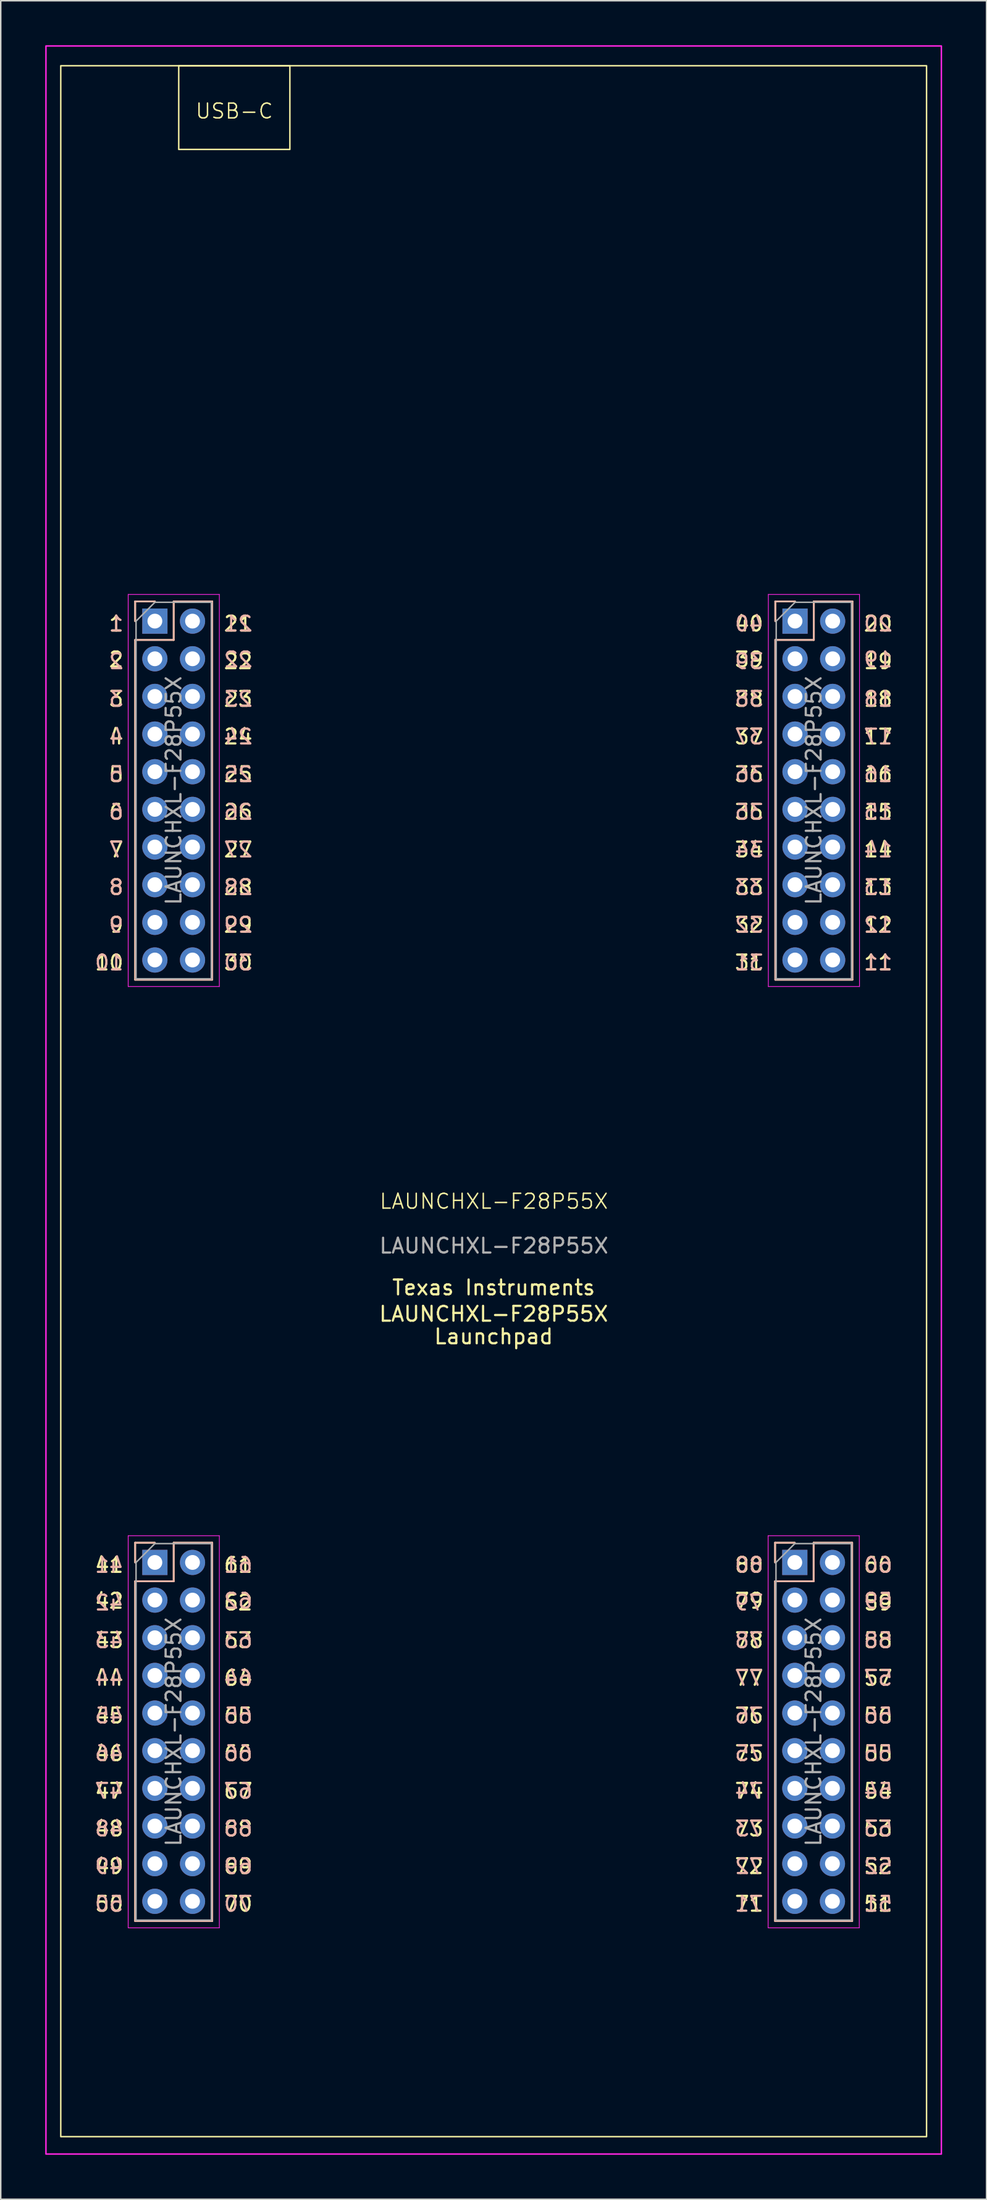
<source format=kicad_pcb>
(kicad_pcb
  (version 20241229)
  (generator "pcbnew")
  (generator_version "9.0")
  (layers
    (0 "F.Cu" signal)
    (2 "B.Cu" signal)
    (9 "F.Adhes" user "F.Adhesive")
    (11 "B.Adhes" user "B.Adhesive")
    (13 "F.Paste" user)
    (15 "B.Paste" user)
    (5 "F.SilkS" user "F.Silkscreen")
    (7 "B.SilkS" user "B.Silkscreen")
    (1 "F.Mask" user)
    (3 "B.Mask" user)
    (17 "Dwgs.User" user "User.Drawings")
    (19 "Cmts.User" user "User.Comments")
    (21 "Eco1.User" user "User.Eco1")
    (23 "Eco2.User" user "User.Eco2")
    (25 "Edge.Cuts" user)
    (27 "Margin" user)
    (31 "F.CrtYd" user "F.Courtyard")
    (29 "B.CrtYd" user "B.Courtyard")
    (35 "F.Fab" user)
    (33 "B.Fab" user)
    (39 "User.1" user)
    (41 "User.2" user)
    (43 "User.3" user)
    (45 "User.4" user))
  (footprint "LAUNCHXL-F28P55X"
    (layer "F.Cu")
    (at 30.26 82.03)
    (property "Reference" "LAUNCHXL-F28P55X" (at 0.015 -4.04 0) (unlocked yes) (layer "F.SilkS") (effects (font (size 1 1) (thickness 0.1))))
    (attr through_hole)
    (fp_line (start -24.19 -44.51) (end -22.86 -44.51) (stroke (width 0.12) (type solid)) (layer "F.SilkS"))
    (fp_line (start -24.19 -43.18) (end -24.19 -44.51) (stroke (width 0.12) (type solid)) (layer "F.SilkS"))
    (fp_line (start -24.19 -41.91) (end -24.19 -18.99) (stroke (width 0.12) (type solid)) (layer "F.SilkS"))
    (fp_line (start -24.19 -41.91) (end -21.59 -41.91) (stroke (width 0.12) (type solid)) (layer "F.SilkS"))
    (fp_line (start -24.19 -18.99) (end -18.99 -18.99) (stroke (width 0.12) (type solid)) (layer "F.SilkS"))
    (fp_line (start -24.19 18.99) (end -22.86 18.99) (stroke (width 0.12) (type solid)) (layer "F.SilkS"))
    (fp_line (start -24.19 20.32) (end -24.19 18.99) (stroke (width 0.12) (type solid)) (layer "F.SilkS"))
    (fp_line (start -24.19 21.59) (end -24.19 44.51) (stroke (width 0.12) (type solid)) (layer "F.SilkS"))
    (fp_line (start -24.19 21.59) (end -21.59 21.59) (stroke (width 0.12) (type solid)) (layer "F.SilkS"))
    (fp_line (start -24.19 44.51) (end -18.99 44.51) (stroke (width 0.12) (type solid)) (layer "F.SilkS"))
    (fp_line (start -21.59 -44.51) (end -18.99 -44.51) (stroke (width 0.12) (type solid)) (layer "F.SilkS"))
    (fp_line (start -21.59 -41.91) (end -21.59 -44.51) (stroke (width 0.12) (type solid)) (layer "F.SilkS"))
    (fp_line (start -21.59 18.99) (end -18.99 18.99) (stroke (width 0.12) (type solid)) (layer "F.SilkS"))
    (fp_line (start -21.59 21.59) (end -21.59 18.99) (stroke (width 0.12) (type solid)) (layer "F.SilkS"))
    (fp_line (start -18.99 -44.51) (end -18.99 -18.99) (stroke (width 0.12) (type solid)) (layer "F.SilkS"))
    (fp_line (start -18.99 18.99) (end -18.99 44.51) (stroke (width 0.12) (type solid)) (layer "F.SilkS"))
    (fp_line (start 18.99 18.99) (end 20.32 18.99) (stroke (width 0.12) (type solid)) (layer "F.SilkS"))
    (fp_line (start 18.99 20.32) (end 18.99 18.99) (stroke (width 0.12) (type solid)) (layer "F.SilkS"))
    (fp_line (start 18.99 21.59) (end 18.99 44.51) (stroke (width 0.12) (type solid)) (layer "F.SilkS"))
    (fp_line (start 18.99 21.59) (end 21.59 21.59) (stroke (width 0.12) (type solid)) (layer "F.SilkS"))
    (fp_line (start 18.99 44.51) (end 24.19 44.51) (stroke (width 0.12) (type solid)) (layer "F.SilkS"))
    (fp_line (start 19.005 -44.51) (end 20.335 -44.51) (stroke (width 0.12) (type solid)) (layer "F.SilkS"))
    (fp_line (start 19.005 -43.18) (end 19.005 -44.51) (stroke (width 0.12) (type solid)) (layer "F.SilkS"))
    (fp_line (start 19.005 -41.91) (end 19.005 -18.99) (stroke (width 0.12) (type solid)) (layer "F.SilkS"))
    (fp_line (start 19.005 -41.91) (end 21.605 -41.91) (stroke (width 0.12) (type solid)) (layer "F.SilkS"))
    (fp_line (start 19.005 -18.99) (end 24.205 -18.99) (stroke (width 0.12) (type solid)) (layer "F.SilkS"))
    (fp_line (start 21.59 18.99) (end 24.19 18.99) (stroke (width 0.12) (type solid)) (layer "F.SilkS"))
    (fp_line (start 21.59 21.59) (end 21.59 18.99) (stroke (width 0.12) (type solid)) (layer "F.SilkS"))
    (fp_line (start 21.605 -44.51) (end 24.205 -44.51) (stroke (width 0.12) (type solid)) (layer "F.SilkS"))
    (fp_line (start 21.605 -41.91) (end 21.605 -44.51) (stroke (width 0.12) (type solid)) (layer "F.SilkS"))
    (fp_line (start 24.19 18.99) (end 24.19 44.51) (stroke (width 0.12) (type solid)) (layer "F.SilkS"))
    (fp_line (start 24.205 -44.51) (end 24.205 -18.99) (stroke (width 0.12) (type solid)) (layer "F.SilkS"))
    (fp_rect (start -29.21 59.055) (end 29.21 -80.645) (stroke (width 0.1) (type solid)) (fill no) (layer "F.SilkS"))
    (fp_rect (start -21.25 -80.645) (end -13.75 -75) (stroke (width 0.1) (type solid)) (fill no) (layer "F.SilkS"))
    (fp_line (start -24.19 -44.51) (end -24.19 -43.18) (stroke (width 0.12) (type solid)) (layer "B.SilkS"))
    (fp_line (start -24.19 -18.99) (end -24.19 -41.91) (stroke (width 0.12) (type solid)) (layer "B.SilkS"))
    (fp_line (start -24.19 18.99) (end -24.19 20.32) (stroke (width 0.12) (type solid)) (layer "B.SilkS"))
    (fp_line (start -24.19 44.51) (end -24.19 21.59) (stroke (width 0.12) (type solid)) (layer "B.SilkS"))
    (fp_line (start -22.86 -44.51) (end -24.19 -44.51) (stroke (width 0.12) (type solid)) (layer "B.SilkS"))
    (fp_line (start -22.86 18.99) (end -24.19 18.99) (stroke (width 0.12) (type solid)) (layer "B.SilkS"))
    (fp_line (start -21.59 -44.51) (end -21.59 -41.91) (stroke (width 0.12) (type solid)) (layer "B.SilkS"))
    (fp_line (start -21.59 -41.91) (end -24.19 -41.91) (stroke (width 0.12) (type solid)) (layer "B.SilkS"))
    (fp_line (start -21.59 18.99) (end -21.59 21.59) (stroke (width 0.12) (type solid)) (layer "B.SilkS"))
    (fp_line (start -21.59 21.59) (end -24.19 21.59) (stroke (width 0.12) (type solid)) (layer "B.SilkS"))
    (fp_line (start -18.99 -44.51) (end -21.59 -44.51) (stroke (width 0.12) (type solid)) (layer "B.SilkS"))
    (fp_line (start -18.99 -18.99) (end -24.19 -18.99) (stroke (width 0.12) (type solid)) (layer "B.SilkS"))
    (fp_line (start -18.99 -18.99) (end -18.99 -44.51) (stroke (width 0.12) (type solid)) (layer "B.SilkS"))
    (fp_line (start -18.99 18.99) (end -21.59 18.99) (stroke (width 0.12) (type solid)) (layer "B.SilkS"))
    (fp_line (start -18.99 44.51) (end -24.19 44.51) (stroke (width 0.12) (type solid)) (layer "B.SilkS"))
    (fp_line (start -18.99 44.51) (end -18.99 18.99) (stroke (width 0.12) (type solid)) (layer "B.SilkS"))
    (fp_line (start 18.99 18.99) (end 18.99 20.32) (stroke (width 0.12) (type solid)) (layer "B.SilkS"))
    (fp_line (start 18.99 44.51) (end 18.99 21.59) (stroke (width 0.12) (type solid)) (layer "B.SilkS"))
    (fp_line (start 19.005 -44.51) (end 19.005 -43.18) (stroke (width 0.12) (type solid)) (layer "B.SilkS"))
    (fp_line (start 19.005 -18.99) (end 19.005 -41.91) (stroke (width 0.12) (type solid)) (layer "B.SilkS"))
    (fp_line (start 20.32 18.99) (end 18.99 18.99) (stroke (width 0.12) (type solid)) (layer "B.SilkS"))
    (fp_line (start 20.335 -44.51) (end 19.005 -44.51) (stroke (width 0.12) (type solid)) (layer "B.SilkS"))
    (fp_line (start 21.59 18.99) (end 21.59 21.59) (stroke (width 0.12) (type solid)) (layer "B.SilkS"))
    (fp_line (start 21.59 21.59) (end 18.99 21.59) (stroke (width 0.12) (type solid)) (layer "B.SilkS"))
    (fp_line (start 21.605 -44.51) (end 21.605 -41.91) (stroke (width 0.12) (type solid)) (layer "B.SilkS"))
    (fp_line (start 21.605 -41.91) (end 19.005 -41.91) (stroke (width 0.12) (type solid)) (layer "B.SilkS"))
    (fp_line (start 24.19 18.99) (end 21.59 18.99) (stroke (width 0.12) (type solid)) (layer "B.SilkS"))
    (fp_line (start 24.19 44.51) (end 18.99 44.51) (stroke (width 0.12) (type solid)) (layer "B.SilkS"))
    (fp_line (start 24.19 44.51) (end 24.19 18.99) (stroke (width 0.12) (type solid)) (layer "B.SilkS"))
    (fp_line (start 24.205 -44.51) (end 21.605 -44.51) (stroke (width 0.12) (type solid)) (layer "B.SilkS"))
    (fp_line (start 24.205 -18.99) (end 19.005 -18.99) (stroke (width 0.12) (type solid)) (layer "B.SilkS"))
    (fp_line (start 24.205 -18.99) (end 24.205 -44.51) (stroke (width 0.12) (type solid)) (layer "B.SilkS"))
    (fp_line (start -24.66 -44.98) (end -24.66 -18.53) (stroke (width 0.05) (type solid)) (layer "F.CrtYd"))
    (fp_line (start -24.66 -18.53) (end -18.51 -18.53) (stroke (width 0.05) (type solid)) (layer "F.CrtYd"))
    (fp_line (start -24.66 18.52) (end -24.66 44.97) (stroke (width 0.05) (type solid)) (layer "F.CrtYd"))
    (fp_line (start -24.66 44.97) (end -18.51 44.97) (stroke (width 0.05) (type solid)) (layer "F.CrtYd"))
    (fp_line (start -18.51 -44.98) (end -24.66 -44.98) (stroke (width 0.05) (type solid)) (layer "F.CrtYd"))
    (fp_line (start -18.51 -18.53) (end -18.51 -44.98) (stroke (width 0.05) (type solid)) (layer "F.CrtYd"))
    (fp_line (start -18.51 18.52) (end -24.66 18.52) (stroke (width 0.05) (type solid)) (layer "F.CrtYd"))
    (fp_line (start -18.51 44.97) (end -18.51 18.52) (stroke (width 0.05) (type solid)) (layer "F.CrtYd"))
    (fp_line (start 18.52 18.52) (end 18.52 44.97) (stroke (width 0.05) (type solid)) (layer "F.CrtYd"))
    (fp_line (start 18.52 44.97) (end 24.67 44.97) (stroke (width 0.05) (type solid)) (layer "F.CrtYd"))
    (fp_line (start 18.535 -44.98) (end 18.535 -18.53) (stroke (width 0.05) (type solid)) (layer "F.CrtYd"))
    (fp_line (start 18.535 -18.53) (end 24.685 -18.53) (stroke (width 0.05) (type solid)) (layer "F.CrtYd"))
    (fp_line (start 24.67 18.52) (end 18.52 18.52) (stroke (width 0.05) (type solid)) (layer "F.CrtYd"))
    (fp_line (start 24.67 44.97) (end 24.67 18.52) (stroke (width 0.05) (type solid)) (layer "F.CrtYd"))
    (fp_line (start 24.685 -44.98) (end 18.535 -44.98) (stroke (width 0.05) (type solid)) (layer "F.CrtYd"))
    (fp_line (start 24.685 -18.53) (end 24.685 -44.98) (stroke (width 0.05) (type solid)) (layer "F.CrtYd"))
    (fp_rect (start -30.21 60.23) (end 30.21 -81.98) (stroke (width 0.1) (type solid)) (fill no) (layer "F.CrtYd"))
    (fp_line (start -24.13 -43.18) (end -22.86 -44.45) (stroke (width 0.1) (type solid)) (layer "F.Fab"))
    (fp_line (start -24.13 -19.05) (end -24.13 -43.18) (stroke (width 0.1) (type solid)) (layer "F.Fab"))
    (fp_line (start -24.13 20.32) (end -22.86 19.05) (stroke (width 0.1) (type solid)) (layer "F.Fab"))
    (fp_line (start -24.13 44.45) (end -24.13 20.32) (stroke (width 0.1) (type solid)) (layer "F.Fab"))
    (fp_line (start -22.86 -44.45) (end -19.05 -44.45) (stroke (width 0.1) (type solid)) (layer "F.Fab"))
    (fp_line (start -22.86 19.05) (end -19.05 19.05) (stroke (width 0.1) (type solid)) (layer "F.Fab"))
    (fp_line (start -19.05 -44.45) (end -19.05 -19.05) (stroke (width 0.1) (type solid)) (layer "F.Fab"))
    (fp_line (start -19.05 -19.05) (end -24.13 -19.05) (stroke (width 0.1) (type solid)) (layer "F.Fab"))
    (fp_line (start -19.05 19.05) (end -19.05 44.45) (stroke (width 0.1) (type solid)) (layer "F.Fab"))
    (fp_line (start -19.05 44.45) (end -24.13 44.45) (stroke (width 0.1) (type solid)) (layer "F.Fab"))
    (fp_line (start 19.05 20.32) (end 20.32 19.05) (stroke (width 0.1) (type solid)) (layer "F.Fab"))
    (fp_line (start 19.05 44.45) (end 19.05 20.32) (stroke (width 0.1) (type solid)) (layer "F.Fab"))
    (fp_line (start 19.065 -43.18) (end 20.335 -44.45) (stroke (width 0.1) (type solid)) (layer "F.Fab"))
    (fp_line (start 19.065 -19.05) (end 19.065 -43.18) (stroke (width 0.1) (type solid)) (layer "F.Fab"))
    (fp_line (start 20.32 19.05) (end 24.13 19.05) (stroke (width 0.1) (type solid)) (layer "F.Fab"))
    (fp_line (start 20.335 -44.45) (end 24.145 -44.45) (stroke (width 0.1) (type solid)) (layer "F.Fab"))
    (fp_line (start 24.13 19.05) (end 24.13 44.45) (stroke (width 0.1) (type solid)) (layer "F.Fab"))
    (fp_line (start 24.13 44.45) (end 19.05 44.45) (stroke (width 0.1) (type solid)) (layer "F.Fab"))
    (fp_line (start 24.145 -44.45) (end 24.145 -19.05) (stroke (width 0.1) (type solid)) (layer "F.Fab"))
    (fp_line (start 24.145 -19.05) (end 19.065 -19.05) (stroke (width 0.1) (type solid)) (layer "F.Fab"))
    (fp_text user "47" (at -24.892 36.322 0) (unlocked yes) (layer "F.SilkS") (effects (font (size 1 1) (thickness 0.15)) (justify right bottom)))
    (fp_text user "Texas Instruments" (at 0 1.778 0) (unlocked yes) (layer "F.SilkS") (effects (font (size 1 1) (thickness 0.15))))
    (fp_text user "LAUNCHXL-F28P55X" (at 0 3.556 0) (unlocked yes) (layer "F.SilkS") (effects (font (size 1 1) (thickness 0.15))))
    (fp_text user "39" (at 18.288 -40 0) (unlocked yes) (layer "F.SilkS") (effects (font (size 1 1) (thickness 0.15)) (justify right bottom)))
    (fp_text user "63" (at -18.288 26.162 0) (unlocked yes) (layer "F.SilkS") (effects (font (size 1 1) (thickness 0.15)) (justify left bottom)))
    (fp_text user "21" (at -18.288 -42.418 0) (unlocked yes) (layer "F.SilkS") (effects (font (size 1 1) (thickness 0.15)) (justify left bottom)))
    (fp_text user "2" (at -24.892 -40 0) (unlocked yes) (layer "F.SilkS") (effects (font (size 1 1) (thickness 0.15)) (justify right bottom)))
    (fp_text user "62" (at -18.288 23.622 0) (unlocked yes) (layer "F.SilkS") (effects (font (size 1 1) (thickness 0.15)) (justify left bottom)))
    (fp_text user "42" (at -24.892 23.5 0) (unlocked yes) (layer "F.SilkS") (effects (font (size 1 1) (thickness 0.15)) (justify right bottom)))
    (fp_text user "54" (at 24.892 36.322 0) (unlocked yes) (layer "F.SilkS") (effects (font (size 1 1) (thickness 0.15)) (justify left bottom)))
    (fp_text user "36" (at 18.288 -32.258 0) (unlocked yes) (layer "F.SilkS") (effects (font (size 1 1) (thickness 0.15)) (justify right bottom)))
    (fp_text user "40" (at 18.288 -42.418 0) (unlocked yes) (layer "F.SilkS") (effects (font (size 1 1) (thickness 0.15)) (justify right bottom)))
    (fp_text user "51" (at 24.892 43.942 0) (unlocked yes) (layer "F.SilkS") (effects (font (size 1 1) (thickness 0.15)) (justify left bottom)))
    (fp_text user "70" (at -18.288 43.942 0) (unlocked yes) (layer "F.SilkS") (effects (font (size 1 1) (thickness 0.15)) (justify left bottom)))
    (fp_text user "78" (at 18.288 26.162 0) (unlocked yes) (layer "F.SilkS") (effects (font (size 1 1) (thickness 0.15)) (justify right bottom)))
    (fp_text user "7" (at -24.892 -27.178 0) (unlocked yes) (layer "F.SilkS") (effects (font (size 1 1) (thickness 0.15)) (justify right bottom)))
    (fp_text user "10" (at -24.892 -19.558 0) (unlocked yes) (layer "F.SilkS") (effects (font (size 1 1) (thickness 0.15)) (justify right bottom)))
    (fp_text user "12" (at 24.892 -22.098 0) (unlocked yes) (layer "F.SilkS") (effects (font (size 1 1) (thickness 0.15)) (justify left bottom)))
    (fp_text user "61" (at -18.288 21.082 0) (unlocked yes) (layer "F.SilkS") (effects (font (size 1 1) (thickness 0.15)) (justify left bottom)))
    (fp_text user "53" (at 24.892 38.862 0) (unlocked yes) (layer "F.SilkS") (effects (font (size 1 1) (thickness 0.15)) (justify left bottom)))
    (fp_text user "31" (at 18.288 -19.558 0) (unlocked yes) (layer "F.SilkS") (effects (font (size 1 1) (thickness 0.15)) (justify right bottom)))
    (fp_text user "45" (at -24.892 31.242 0) (unlocked yes) (layer "F.SilkS") (effects (font (size 1 1) (thickness 0.15)) (justify right bottom)))
    (fp_text user "16" (at 24.892 -32.258 0) (unlocked yes) (layer "F.SilkS") (effects (font (size 1 1) (thickness 0.15)) (justify left bottom)))
    (fp_text user "18" (at 24.892 -37.338 0) (unlocked yes) (layer "F.SilkS") (effects (font (size 1 1) (thickness 0.15)) (justify left bottom)))
    (fp_text user "75" (at 18.288 33.782 0) (unlocked yes) (layer "F.SilkS") (effects (font (size 1 1) (thickness 0.15)) (justify right bottom)))
    (fp_text user "77" (at 18.288 28.702 0) (unlocked yes) (layer "F.SilkS") (effects (font (size 1 1) (thickness 0.15)) (justify right bottom)))
    (fp_text user "17" (at 24.892 -34.798 0) (unlocked yes) (layer "F.SilkS") (effects (font (size 1 1) (thickness 0.15)) (justify left bottom)))
    (fp_text user "30" (at -18.288 -19.558 0) (unlocked yes) (layer "F.SilkS") (effects (font (size 1 1) (thickness 0.15)) (justify left bottom)))
    (fp_text user "65" (at -18.288 31.242 0) (unlocked yes) (layer "F.SilkS") (effects (font (size 1 1) (thickness 0.15)) (justify left bottom)))
    (fp_text user "25" (at -18.288 -32.258 0) (unlocked yes) (layer "F.SilkS") (effects (font (size 1 1) (thickness 0.15)) (justify left bottom)))
    (fp_text user "6" (at -24.892 -29.718 0) (unlocked yes) (layer "F.SilkS") (effects (font (size 1 1) (thickness 0.15)) (justify right bottom)))
    (fp_text user "48" (at -24.892 38.862 0) (unlocked yes) (layer "F.SilkS") (effects (font (size 1 1) (thickness 0.15)) (justify right bottom)))
    (fp_text user "58" (at 24.892 26.162 0) (unlocked yes) (layer "F.SilkS") (effects (font (size 1 1) (thickness 0.15)) (justify left bottom)))
    (fp_text user "27" (at -18.288 -27.178 0) (unlocked yes) (layer "F.SilkS") (effects (font (size 1 1) (thickness 0.15)) (justify left bottom)))
    (fp_text user "56" (at 24.892 31.242 0) (unlocked yes) (layer "F.SilkS") (effects (font (size 1 1) (thickness 0.15)) (justify left bottom)))
    (fp_text user "15" (at 24.892 -29.718 0) (unlocked yes) (layer "F.SilkS") (effects (font (size 1 1) (thickness 0.15)) (justify left bottom)))
    (fp_text user "29" (at -18.288 -22.098 0) (unlocked yes) (layer "F.SilkS") (effects (font (size 1 1) (thickness 0.15)) (justify left bottom)))
    (fp_text user "52" (at 24.892 41.402 0) (unlocked yes) (layer "F.SilkS") (effects (font (size 1 1) (thickness 0.15)) (justify left bottom)))
    (fp_text user "67" (at -18.288 36.322 0) (unlocked yes) (layer "F.SilkS") (effects (font (size 1 1) (thickness 0.15)) (justify left bottom)))
    (fp_text user "76" (at 18.288 31.242 0) (unlocked yes) (layer "F.SilkS") (effects (font (size 1 1) (thickness 0.15)) (justify right bottom)))
    (fp_text user "20" (at 24.892 -42.418 0) (unlocked yes) (layer "F.SilkS") (effects (font (size 1 1) (thickness 0.15)) (justify left bottom)))
    (fp_text user "37" (at 18.288 -34.798 0) (unlocked yes) (layer "F.SilkS") (effects (font (size 1 1) (thickness 0.15)) (justify right bottom)))
    (fp_text user "41" (at -24.892 21.082 0) (unlocked yes) (layer "F.SilkS") (effects (font (size 1 1) (thickness 0.15)) (justify right bottom)))
    (fp_text user "5" (at -24.892 -32.258 0) (unlocked yes) (layer "F.SilkS") (effects (font (size 1 1) (thickness 0.15)) (justify right bottom)))
    (fp_text user "49" (at -24.892 41.402 0) (unlocked yes) (layer "F.SilkS") (effects (font (size 1 1) (thickness 0.15)) (justify right bottom)))
    (fp_text user "1" (at -24.892 -42.418 0) (unlocked yes) (layer "F.SilkS") (effects (font (size 1 1) (thickness 0.15)) (justify right bottom)))
    (fp_text user "60" (at 24.892 21.082 0) (unlocked yes) (layer "F.SilkS") (effects (font (size 1 1) (thickness 0.15)) (justify left bottom)))
    (fp_text user "8" (at -24.892 -24.638 0) (unlocked yes) (layer "F.SilkS") (effects (font (size 1 1) (thickness 0.15)) (justify right bottom)))
    (fp_text user "24" (at -18.288 -34.798 0) (unlocked yes) (layer "F.SilkS") (effects (font (size 1 1) (thickness 0.15)) (justify left bottom)))
    (fp_text user "26" (at -18.288 -29.718 0) (unlocked yes) (layer "F.SilkS") (effects (font (size 1 1) (thickness 0.15)) (justify left bottom)))
    (fp_text user "23" (at -18.288 -37.338 0) (unlocked yes) (layer "F.SilkS") (effects (font (size 1 1) (thickness 0.15)) (justify left bottom)))
    (fp_text user "69" (at -18.288 41.402 0) (unlocked yes) (layer "F.SilkS") (effects (font (size 1 1) (thickness 0.15)) (justify left bottom)))
    (fp_text user "55" (at 24.892 33.782 0) (unlocked yes) (layer "F.SilkS") (effects (font (size 1 1) (thickness 0.15)) (justify left bottom)))
    (fp_text user "79" (at 18.288 23.5 0) (unlocked yes) (layer "F.SilkS") (effects (font (size 1 1) (thickness 0.15)) (justify right bottom)))
    (fp_text user "14" (at 24.892 -27.178 0) (unlocked yes) (layer "F.SilkS") (effects (font (size 1 1) (thickness 0.15)) (justify left bottom)))
    (fp_text user "28" (at -18.288 -24.638 0) (unlocked yes) (layer "F.SilkS") (effects (font (size 1 1) (thickness 0.15)) (justify left bottom)))
    (fp_text user "38" (at 18.288 -37.338 0) (unlocked yes) (layer "F.SilkS") (effects (font (size 1 1) (thickness 0.15)) (justify right bottom)))
    (fp_text user "66" (at -18.288 33.782 0) (unlocked yes) (layer "F.SilkS") (effects (font (size 1 1) (thickness 0.15)) (justify left bottom)))
    (fp_text user "32" (at 18.288 -22.098 0) (unlocked yes) (layer "F.SilkS") (effects (font (size 1 1) (thickness 0.15)) (justify right bottom)))
    (fp_text user "Launchpad" (at 0 5.08 0) (unlocked yes) (layer "F.SilkS") (effects (font (size 1 1) (thickness 0.15))))
    (fp_text user "34" (at 18.288 -27.178 0) (unlocked yes) (layer "F.SilkS") (effects (font (size 1 1) (thickness 0.15)) (justify right bottom)))
    (fp_text user "19" (at 24.892 -39.878 0) (unlocked yes) (layer "F.SilkS") (effects (font (size 1 1) (thickness 0.15)) (justify left bottom)))
    (fp_text user "46" (at -24.892 33.782 0) (unlocked yes) (layer "F.SilkS") (effects (font (size 1 1) (thickness 0.15)) (justify right bottom)))
    (fp_text user "74" (at 18.288 36.322 0) (unlocked yes) (layer "F.SilkS") (effects (font (size 1 1) (thickness 0.15)) (justify right bottom)))
    (fp_text user "3" (at -24.892 -37.338 0) (unlocked yes) (layer "F.SilkS") (effects (font (size 1 1) (thickness 0.15)) (justify right bottom)))
    (fp_text user "22" (at -18.288 -39.878 0) (unlocked yes) (layer "F.SilkS") (effects (font (size 1 1) (thickness 0.15)) (justify left bottom)))
    (fp_text user "64" (at -18.288 28.702 0) (unlocked yes) (layer "F.SilkS") (effects (font (size 1 1) (thickness 0.15)) (justify left bottom)))
    (fp_text user "43" (at -24.892 26.162 0) (unlocked yes) (layer "F.SilkS") (effects (font (size 1 1) (thickness 0.15)) (justify right bottom)))
    (fp_text user "USB-C" (at -17.5 -77 0) (unlocked yes) (layer "F.SilkS") (effects (font (size 1 1) (thickness 0.1)) (justify bottom)))
    (fp_text user "44" (at -24.892 28.702 0) (unlocked yes) (layer "F.SilkS") (effects (font (size 1 1) (thickness 0.15)) (justify right bottom)))
    (fp_text user "9" (at -24.892 -22.098 0) (unlocked yes) (layer "F.SilkS") (effects (font (size 1 1) (thickness 0.15)) (justify right bottom)))
    (fp_text user "13" (at 24.892 -24.638 0) (unlocked yes) (layer "F.SilkS") (effects (font (size 1 1) (thickness 0.15)) (justify left bottom)))
    (fp_text user "80" (at 18.288 21.082 0) (unlocked yes) (layer "F.SilkS") (effects (font (size 1 1) (thickness 0.15)) (justify right bottom)))
    (fp_text user "4" (at -24.892 -34.798 0) (unlocked yes) (layer "F.SilkS") (effects (font (size 1 1) (thickness 0.15)) (justify right bottom)))
    (fp_text user "68" (at -18.288 38.862 0) (unlocked yes) (layer "F.SilkS") (effects (font (size 1 1) (thickness 0.15)) (justify left bottom)))
    (fp_text user "33" (at 18.288 -24.638 0) (unlocked yes) (layer "F.SilkS") (effects (font (size 1 1) (thickness 0.15)) (justify right bottom)))
    (fp_text user "72" (at 18.288 41.402 0) (unlocked yes) (layer "F.SilkS") (effects (font (size 1 1) (thickness 0.15)) (justify right bottom)))
    (fp_text user "11" (at 24.892 -19.558 0) (unlocked yes) (layer "F.SilkS") (effects (font (size 1 1) (thickness 0.15)) (justify left bottom)))
    (fp_text user "57" (at 24.892 28.702 0) (unlocked yes) (layer "F.SilkS") (effects (font (size 1 1) (thickness 0.15)) (justify left bottom)))
    (fp_text user "35" (at 18.288 -29.718 0) (unlocked yes) (layer "F.SilkS") (effects (font (size 1 1) (thickness 0.15)) (justify right bottom)))
    (fp_text user "50" (at -24.892 43.942 0) (unlocked yes) (layer "F.SilkS") (effects (font (size 1 1) (thickness 0.15)) (justify right bottom)))
    (fp_text user "73" (at 18.288 38.862 0) (unlocked yes) (layer "F.SilkS") (effects (font (size 1 1) (thickness 0.15)) (justify right bottom)))
    (fp_text user "71" (at 18.288 43.942 0) (unlocked yes) (layer "F.SilkS") (effects (font (size 1 1) (thickness 0.15)) (justify right bottom)))
    (fp_text user "59" (at 24.892 23.622 0) (unlocked yes) (layer "F.SilkS") (effects (font (size 1 1) (thickness 0.15)) (justify left bottom)))
    (fp_text user "5" (at -24.892 -32.258 0) (unlocked yes) (layer "B.SilkS") (effects (font (size 1 1) (thickness 0.15)) (justify left bottom mirror)))
    (fp_text user "23" (at -18.288 -37.338 0) (unlocked yes) (layer "B.SilkS") (effects (font (size 1 1) (thickness 0.15)) (justify right bottom mirror)))
    (fp_text user "52" (at 24.892 41.402 0) (unlocked yes) (layer "B.SilkS") (effects (font (size 1 1) (thickness 0.15)) (justify right bottom mirror)))
    (fp_text user "79" (at 18.288 23.622 0) (unlocked yes) (layer "B.SilkS") (effects (font (size 1 1) (thickness 0.15)) (justify left bottom mirror)))
    (fp_text user "44" (at -24.892 28.702 0) (unlocked yes) (layer "B.SilkS") (effects (font (size 1 1) (thickness 0.15)) (justify left bottom mirror)))
    (fp_text user "32" (at 18.288 -22.098 0) (unlocked yes) (layer "B.SilkS") (effects (font (size 1 1) (thickness 0.15)) (justify left bottom mirror)))
    (fp_text user "16" (at 24.892 -32.258 0) (unlocked yes) (layer "B.SilkS") (effects (font (size 1 1) (thickness 0.15)) (justify right bottom mirror)))
    (fp_text user "73" (at 18.288 38.862 0) (unlocked yes) (layer "B.SilkS") (effects (font (size 1 1) (thickness 0.15)) (justify left bottom mirror)))
    (fp_text user "45" (at -24.892 31.242 0) (unlocked yes) (layer "B.SilkS") (effects (font (size 1 1) (thickness 0.15)) (justify left bottom mirror)))
    (fp_text user "42" (at -24.892 23.622 0) (unlocked yes) (layer "B.SilkS") (effects (font (size 1 1) (thickness 0.15)) (justify left bottom mirror)))
    (fp_text user "12" (at 24.892 -22.098 0) (unlocked yes) (layer "B.SilkS") (effects (font (size 1 1) (thickness 0.15)) (justify right bottom mirror)))
    (fp_text user "66" (at -18.288 33.782 0) (unlocked yes) (layer "B.SilkS") (effects (font (size 1 1) (thickness 0.15)) (justify right bottom mirror)))
    (fp_text user "40" (at 18.288 -42.418 0) (unlocked yes) (layer "B.SilkS") (effects (font (size 1 1) (thickness 0.15)) (justify left bottom mirror)))
    (fp_text user "53" (at 24.892 38.862 0) (unlocked yes) (layer "B.SilkS") (effects (font (size 1 1) (thickness 0.15)) (justify right bottom mirror)))
    (fp_text user "7" (at -24.892 -27.178 0) (unlocked yes) (layer "B.SilkS") (effects (font (size 1 1) (thickness 0.15)) (justify left bottom mirror)))
    (fp_text user "31" (at 18.288 -19.558 0) (unlocked yes) (layer "B.SilkS") (effects (font (size 1 1) (thickness 0.15)) (justify left bottom mirror)))
    (fp_text user "63" (at -18.288 26.162 0) (unlocked yes) (layer "B.SilkS") (effects (font (size 1 1) (thickness 0.15)) (justify right bottom mirror)))
    (fp_text user "13" (at 24.892 -24.638 0) (unlocked yes) (layer "B.SilkS") (effects (font (size 1 1) (thickness 0.15)) (justify right bottom mirror)))
    (fp_text user "8" (at -24.892 -24.638 0) (unlocked yes) (layer "B.SilkS") (effects (font (size 1 1) (thickness 0.15)) (justify left bottom mirror)))
    (fp_text user "24" (at -18.288 -34.798 0) (unlocked yes) (layer "B.SilkS") (effects (font (size 1 1) (thickness 0.15)) (justify right bottom mirror)))
    (fp_text user "2" (at -24.892 -39.878 0) (unlocked yes) (layer "B.SilkS") (effects (font (size 1 1) (thickness 0.15)) (justify left bottom mirror)))
    (fp_text user "35" (at 18.288 -29.718 0) (unlocked yes) (layer "B.SilkS") (effects (font (size 1 1) (thickness 0.15)) (justify left bottom mirror)))
    (fp_text user "41" (at -24.892 21.082 0) (unlocked yes) (layer "B.SilkS") (effects (font (size 1 1) (thickness 0.15)) (justify left bottom mirror)))
    (fp_text user "78" (at 18.288 26.162 0) (unlocked yes) (layer "B.SilkS") (effects (font (size 1 1) (thickness 0.15)) (justify left bottom mirror)))
    (fp_text user "46" (at -24.892 33.782 0) (unlocked yes) (layer "B.SilkS") (effects (font (size 1 1) (thickness 0.15)) (justify left bottom mirror)))
    (fp_text user "25" (at -18.288 -32.258 0) (unlocked yes) (layer "B.SilkS") (effects (font (size 1 1) (thickness 0.15)) (justify right bottom mirror)))
    (fp_text user "20" (at 24.892 -42.418 0) (unlocked yes) (layer "B.SilkS") (effects (font (size 1 1) (thickness 0.15)) (justify right bottom mirror)))
    (fp_text user "17" (at 24.892 -34.798 0) (unlocked yes) (layer "B.SilkS") (effects (font (size 1 1) (thickness 0.15)) (justify right bottom mirror)))
    (fp_text user "77" (at 18.288 28.702 0) (unlocked yes) (layer "B.SilkS") (effects (font (size 1 1) (thickness 0.15)) (justify left bottom mirror)))
    (fp_text user "54" (at 24.892 36.322 0) (unlocked yes) (layer "B.SilkS") (effects (font (size 1 1) (thickness 0.15)) (justify right bottom mirror)))
    (fp_text user "29" (at -18.288 -22.098 0) (unlocked yes) (layer "B.SilkS") (effects (font (size 1 1) (thickness 0.15)) (justify right bottom mirror)))
    (fp_text user "56" (at 24.892 31.242 0) (unlocked yes) (layer "B.SilkS") (effects (font (size 1 1) (thickness 0.15)) (justify right bottom mirror)))
    (fp_text user "27" (at -18.288 -27.178 0) (unlocked yes) (layer "B.SilkS") (effects (font (size 1 1) (thickness 0.15)) (justify right bottom mirror)))
    (fp_text user "49" (at -24.892 41.402 0) (unlocked yes) (layer "B.SilkS") (effects (font (size 1 1) (thickness 0.15)) (justify left bottom mirror)))
    (fp_text user "69" (at -18.288 41.402 0) (unlocked yes) (layer "B.SilkS") (effects (font (size 1 1) (thickness 0.15)) (justify right bottom mirror)))
    (fp_text user "33" (at 18.288 -24.638 0) (unlocked yes) (layer "B.SilkS") (effects (font (size 1 1) (thickness 0.15)) (justify left bottom mirror)))
    (fp_text user "70" (at -18.288 43.942 0) (unlocked yes) (layer "B.SilkS") (effects (font (size 1 1) (thickness 0.15)) (justify right bottom mirror)))
    (fp_text user "6" (at -24.892 -29.718 0) (unlocked yes) (layer "B.SilkS") (effects (font (size 1 1) (thickness 0.15)) (justify left bottom mirror)))
    (fp_text user "55" (at 24.892 33.782 0) (unlocked yes) (layer "B.SilkS") (effects (font (size 1 1) (thickness 0.15)) (justify right bottom mirror)))
    (fp_text user "11" (at 24.892 -19.558 0) (unlocked yes) (layer "B.SilkS") (effects (font (size 1 1) (thickness 0.15)) (justify right bottom mirror)))
    (fp_text user "72" (at 18.288 41.402 0) (unlocked yes) (layer "B.SilkS") (effects (font (size 1 1) (thickness 0.15)) (justify left bottom mirror)))
    (fp_text user "34" (at 18.288 -27.178 0) (unlocked yes) (layer "B.SilkS") (effects (font (size 1 1) (thickness 0.15)) (justify left bottom mirror)))
    (fp_text user "28" (at -18.288 -24.638 0) (unlocked yes) (layer "B.SilkS") (effects (font (size 1 1) (thickness 0.15)) (justify right bottom mirror)))
    (fp_text user "18" (at 24.892 -37.338 0) (unlocked yes) (layer "B.SilkS") (effects (font (size 1 1) (thickness 0.15)) (justify right bottom mirror)))
    (fp_text user "15" (at 24.892 -29.718 0) (unlocked yes) (layer "B.SilkS") (effects (font (size 1 1) (thickness 0.15)) (justify right bottom mirror)))
    (fp_text user "26" (at -18.288 -29.718 0) (unlocked yes) (layer "B.SilkS") (effects (font (size 1 1) (thickness 0.15)) (justify right bottom mirror)))
    (fp_text user "59" (at 24.892 23.5 0) (unlocked yes) (layer "B.SilkS") (effects (font (size 1 1) (thickness 0.15)) (justify right bottom mirror)))
    (fp_text user "61" (at -18.288 21.082 0) (unlocked yes) (layer "B.SilkS") (effects (font (size 1 1) (thickness 0.15)) (justify right bottom mirror)))
    (fp_text user "36" (at 18.288 -32.258 0) (unlocked yes) (layer "B.SilkS") (effects (font (size 1 1) (thickness 0.15)) (justify left bottom mirror)))
    (fp_text user "74" (at 18.288 36.322 0) (unlocked yes) (layer "B.SilkS") (effects (font (size 1 1) (thickness 0.15)) (justify left bottom mirror)))
    (fp_text user "39" (at 18.288 -39.878 0) (unlocked yes) (layer "B.SilkS") (effects (font (size 1 1) (thickness 0.15)) (justify left bottom mirror)))
    (fp_text user "10" (at -24.892 -19.558 0) (unlocked yes) (layer "B.SilkS") (effects (font (size 1 1) (thickness 0.15)) (justify left bottom mirror)))
    (fp_text user "51" (at 24.892 43.942 0) (unlocked yes) (layer "B.SilkS") (effects (font (size 1 1) (thickness 0.15)) (justify right bottom mirror)))
    (fp_text user "9" (at -24.892 -22.098 0) (unlocked yes) (layer "B.SilkS") (effects (font (size 1 1) (thickness 0.15)) (justify left bottom mirror)))
    (fp_text user "80" (at 18.288 21.082 0) (unlocked yes) (layer "B.SilkS") (effects (font (size 1 1) (thickness 0.15)) (justify left bottom mirror)))
    (fp_text user "68" (at -18.288 38.862 0) (unlocked yes) (layer "B.SilkS") (effects (font (size 1 1) (thickness 0.15)) (justify right bottom mirror)))
    (fp_text user "48" (at -24.892 38.862 0) (unlocked yes) (layer "B.SilkS") (effects (font (size 1 1) (thickness 0.15)) (justify left bottom mirror)))
    (fp_text user "37" (at 18.288 -34.798 0) (unlocked yes) (layer "B.SilkS") (effects (font (size 1 1) (thickness 0.15)) (justify left bottom mirror)))
    (fp_text user "1" (at -24.892 -42.418 0) (unlocked yes) (layer "B.SilkS") (effects (font (size 1 1) (thickness 0.15)) (justify left bottom mirror)))
    (fp_text user "3" (at -24.892 -37.338 0) (unlocked yes) (layer "B.SilkS") (effects (font (size 1 1) (thickness 0.15)) (justify left bottom mirror)))
    (fp_text user "30" (at -18.288 -19.558 0) (unlocked yes) (layer "B.SilkS") (effects (font (size 1 1) (thickness 0.15)) (justify right bottom mirror)))
    (fp_text user "60" (at 24.892 21.082 0) (unlocked yes) (layer "B.SilkS") (effects (font (size 1 1) (thickness 0.15)) (justify right bottom mirror)))
    (fp_text user "47" (at -24.892 36.322 0) (unlocked yes) (layer "B.SilkS") (effects (font (size 1 1) (thickness 0.15)) (justify left bottom mirror)))
    (fp_text user "38" (at 18.288 -37.338 0) (unlocked yes) (layer "B.SilkS") (effects (font (size 1 1) (thickness 0.15)) (justify left bottom mirror)))
    (fp_text user "21" (at -18.288 -42.418 0) (unlocked yes) (layer "B.SilkS") (effects (font (size 1 1) (thickness 0.15)) (justify right bottom mirror)))
    (fp_text user "76" (at 18.288 31.242 0) (unlocked yes) (layer "B.SilkS") (effects (font (size 1 1) (thickness 0.15)) (justify left bottom mirror)))
    (fp_text user "43" (at -24.892 26.162 0) (unlocked yes) (layer "B.SilkS") (effects (font (size 1 1) (thickness 0.15)) (justify left bottom mirror)))
    (fp_text user "75" (at 18.288 33.782 0) (unlocked yes) (layer "B.SilkS") (effects (font (size 1 1) (thickness 0.15)) (justify left bottom mirror)))
    (fp_text user "4" (at -24.892 -34.798 0) (unlocked yes) (layer "B.SilkS") (effects (font (size 1 1) (thickness 0.15)) (justify left bottom mirror)))
    (fp_text user "57" (at 24.892 28.702 0) (unlocked yes) (layer "B.SilkS") (effects (font (size 1 1) (thickness 0.15)) (justify right bottom mirror)))
    (fp_text user "64" (at -18.288 28.702 0) (unlocked yes) (layer "B.SilkS") (effects (font (size 1 1) (thickness 0.15)) (justify right bottom mirror)))
    (fp_text user "71" (at 18.288 43.942 0) (unlocked yes) (layer "B.SilkS") (effects (font (size 1 1) (thickness 0.15)) (justify left bottom mirror)))
    (fp_text user "50" (at -24.892 43.942 0) (unlocked yes) (layer "B.SilkS") (effects (font (size 1 1) (thickness 0.15)) (justify left bottom mirror)))
    (fp_text user "65" (at -18.288 31.242 0) (unlocked yes) (layer "B.SilkS") (effects (font (size 1 1) (thickness 0.15)) (justify right bottom mirror)))
    (fp_text user "14" (at 24.892 -27.178 0) (unlocked yes) (layer "B.SilkS") (effects (font (size 1 1) (thickness 0.15)) (justify right bottom mirror)))
    (fp_text user "62" (at -18.288 23.5 0) (unlocked yes) (layer "B.SilkS") (effects (font (size 1 1) (thickness 0.15)) (justify right bottom mirror)))
    (fp_text user "58" (at 24.892 26.162 0) (unlocked yes) (layer "B.SilkS") (effects (font (size 1 1) (thickness 0.15)) (justify right bottom mirror)))
    (fp_text user "19" (at 24.892 -40 0) (unlocked yes) (layer "B.SilkS") (effects (font (size 1 1) (thickness 0.15)) (justify right bottom mirror)))
    (fp_text user "67" (at -18.288 36.322 0) (unlocked yes) (layer "B.SilkS") (effects (font (size 1 1) (thickness 0.15)) (justify right bottom mirror)))
    (fp_text user "22" (at -18.288 -40 0) (unlocked yes) (layer "B.SilkS") (effects (font (size 1 1) (thickness 0.15)) (justify right bottom mirror)))
    (fp_text user "${REFERENCE}" (at 0.015 -1.04 0) (unlocked yes) (layer "F.Fab") (effects (font (size 1 1) (thickness 0.15))))
    (fp_text user "${REFERENCE}" (at -21.59 31.75 270) (layer "F.Fab") (effects (font (size 1 1) (thickness 0.15))))
    (fp_text user "${REFERENCE}" (at 21.59 31.75 270) (layer "F.Fab") (effects (font (size 1 1) (thickness 0.15))))
    (fp_text user "${REFERENCE}" (at -21.59 -31.75 270) (layer "F.Fab") (effects (font (size 1 1) (thickness 0.15))))
    (fp_text user "${REFERENCE}" (at 21.605 -31.75 270) (layer "F.Fab") (effects (font (size 1 1) (thickness 0.15))))
    (pad "1" thru_hole rect (at -22.86 -43.18) (size 1.7 1.7) (drill 1) (layers "*.Cu" "*.Mask"))
    (pad "2" thru_hole oval (at -22.86 -40.64) (size 1.7 1.7) (drill 1) (layers "*.Cu" "*.Mask"))
    (pad "3" thru_hole oval (at -22.86 -38.1) (size 1.7 1.7) (drill 1) (layers "*.Cu" "*.Mask"))
    (pad "4" thru_hole oval (at -22.86 -35.56) (size 1.7 1.7) (drill 1) (layers "*.Cu" "*.Mask"))
    (pad "5" thru_hole oval (at -22.86 -33.02) (size 1.7 1.7) (drill 1) (layers "*.Cu" "*.Mask"))
    (pad "6" thru_hole oval (at -22.86 -30.48) (size 1.7 1.7) (drill 1) (layers "*.Cu" "*.Mask"))
    (pad "7" thru_hole oval (at -22.86 -27.94) (size 1.7 1.7) (drill 1) (layers "*.Cu" "*.Mask"))
    (pad "8" thru_hole oval (at -22.86 -25.4) (size 1.7 1.7) (drill 1) (layers "*.Cu" "*.Mask"))
    (pad "9" thru_hole oval (at -22.86 -22.86) (size 1.7 1.7) (drill 1) (layers "*.Cu" "*.Mask"))
    (pad "10" thru_hole oval (at -22.86 -20.32) (size 1.7 1.7) (drill 1) (layers "*.Cu" "*.Mask"))
    (pad "11" thru_hole oval (at 22.875 -20.32) (size 1.7 1.7) (drill 1) (layers "*.Cu" "*.Mask"))
    (pad "12" thru_hole oval (at 22.875 -22.86) (size 1.7 1.7) (drill 1) (layers "*.Cu" "*.Mask"))
    (pad "13" thru_hole oval (at 22.875 -25.4) (size 1.7 1.7) (drill 1) (layers "*.Cu" "*.Mask"))
    (pad "14" thru_hole oval (at 22.875 -27.94) (size 1.7 1.7) (drill 1) (layers "*.Cu" "*.Mask"))
    (pad "15" thru_hole oval (at 22.875 -30.48) (size 1.7 1.7) (drill 1) (layers "*.Cu" "*.Mask"))
    (pad "16" thru_hole oval (at 22.875 -33.02) (size 1.7 1.7) (drill 1) (layers "*.Cu" "*.Mask"))
    (pad "17" thru_hole oval (at 22.875 -35.56) (size 1.7 1.7) (drill 1) (layers "*.Cu" "*.Mask"))
    (pad "18" thru_hole oval (at 22.875 -38.1) (size 1.7 1.7) (drill 1) (layers "*.Cu" "*.Mask"))
    (pad "19" thru_hole oval (at 22.875 -40.64) (size 1.7 1.7) (drill 1) (layers "*.Cu" "*.Mask"))
    (pad "20" thru_hole oval (at 22.875 -43.18) (size 1.7 1.7) (drill 1) (layers "*.Cu" "*.Mask"))
    (pad "21" thru_hole oval (at -20.32 -43.18) (size 1.7 1.7) (drill 1) (layers "*.Cu" "*.Mask"))
    (pad "22" thru_hole oval (at -20.32 -40.64) (size 1.7 1.7) (drill 1) (layers "*.Cu" "*.Mask"))
    (pad "23" thru_hole oval (at -20.32 -38.1) (size 1.7 1.7) (drill 1) (layers "*.Cu" "*.Mask"))
    (pad "24" thru_hole oval (at -20.32 -35.56) (size 1.7 1.7) (drill 1) (layers "*.Cu" "*.Mask"))
    (pad "25" thru_hole oval (at -20.32 -33.02) (size 1.7 1.7) (drill 1) (layers "*.Cu" "*.Mask"))
    (pad "26" thru_hole oval (at -20.32 -30.48) (size 1.7 1.7) (drill 1) (layers "*.Cu" "*.Mask"))
    (pad "27" thru_hole oval (at -20.32 -27.94) (size 1.7 1.7) (drill 1) (layers "*.Cu" "*.Mask"))
    (pad "28" thru_hole oval (at -20.32 -25.4) (size 1.7 1.7) (drill 1) (layers "*.Cu" "*.Mask"))
    (pad "29" thru_hole oval (at -20.32 -22.86) (size 1.7 1.7) (drill 1) (layers "*.Cu" "*.Mask"))
    (pad "30" thru_hole oval (at -20.32 -20.32) (size 1.7 1.7) (drill 1) (layers "*.Cu" "*.Mask"))
    (pad "31" thru_hole oval (at 20.335 -20.32) (size 1.7 1.7) (drill 1) (layers "*.Cu" "*.Mask"))
    (pad "32" thru_hole oval (at 20.335 -22.86) (size 1.7 1.7) (drill 1) (layers "*.Cu" "*.Mask"))
    (pad "33" thru_hole oval (at 20.335 -25.4) (size 1.7 1.7) (drill 1) (layers "*.Cu" "*.Mask"))
    (pad "34" thru_hole oval (at 20.335 -27.94) (size 1.7 1.7) (drill 1) (layers "*.Cu" "*.Mask"))
    (pad "35" thru_hole oval (at 20.335 -30.48) (size 1.7 1.7) (drill 1) (layers "*.Cu" "*.Mask"))
    (pad "36" thru_hole oval (at 20.335 -33.02) (size 1.7 1.7) (drill 1) (layers "*.Cu" "*.Mask"))
    (pad "37" thru_hole oval (at 20.335 -35.56) (size 1.7 1.7) (drill 1) (layers "*.Cu" "*.Mask"))
    (pad "38" thru_hole oval (at 20.335 -38.1) (size 1.7 1.7) (drill 1) (layers "*.Cu" "*.Mask"))
    (pad "39" thru_hole oval (at 20.335 -40.64) (size 1.7 1.7) (drill 1) (layers "*.Cu" "*.Mask"))
    (pad "40" thru_hole rect (at 20.335 -43.18) (size 1.7 1.7) (drill 1) (layers "*.Cu" "*.Mask"))
    (pad "41" thru_hole rect (at -22.86 20.32) (size 1.7 1.7) (drill 1) (layers "*.Cu" "*.Mask"))
    (pad "42" thru_hole oval (at -22.86 22.86) (size 1.7 1.7) (drill 1) (layers "*.Cu" "*.Mask"))
    (pad "43" thru_hole oval (at -22.86 25.4) (size 1.7 1.7) (drill 1) (layers "*.Cu" "*.Mask"))
    (pad "44" thru_hole oval (at -22.86 27.94) (size 1.7 1.7) (drill 1) (layers "*.Cu" "*.Mask"))
    (pad "45" thru_hole oval (at -22.86 30.48) (size 1.7 1.7) (drill 1) (layers "*.Cu" "*.Mask"))
    (pad "46" thru_hole oval (at -22.86 33.02) (size 1.7 1.7) (drill 1) (layers "*.Cu" "*.Mask"))
    (pad "47" thru_hole oval (at -22.86 35.56) (size 1.7 1.7) (drill 1) (layers "*.Cu" "*.Mask"))
    (pad "48" thru_hole oval (at -22.86 38.1) (size 1.7 1.7) (drill 1) (layers "*.Cu" "*.Mask"))
    (pad "49" thru_hole oval (at -22.86 40.64) (size 1.7 1.7) (drill 1) (layers "*.Cu" "*.Mask"))
    (pad "50" thru_hole oval (at -22.86 43.18) (size 1.7 1.7) (drill 1) (layers "*.Cu" "*.Mask"))
    (pad "51" thru_hole oval (at 22.86 43.18) (size 1.7 1.7) (drill 1) (layers "*.Cu" "*.Mask"))
    (pad "52" thru_hole oval (at 22.86 40.64) (size 1.7 1.7) (drill 1) (layers "*.Cu" "*.Mask"))
    (pad "53" thru_hole oval (at 22.86 38.1) (size 1.7 1.7) (drill 1) (layers "*.Cu" "*.Mask"))
    (pad "54" thru_hole oval (at 22.86 35.56) (size 1.7 1.7) (drill 1) (layers "*.Cu" "*.Mask"))
    (pad "55" thru_hole oval (at 22.86 33.02) (size 1.7 1.7) (drill 1) (layers "*.Cu" "*.Mask"))
    (pad "56" thru_hole oval (at 22.86 30.48) (size 1.7 1.7) (drill 1) (layers "*.Cu" "*.Mask"))
    (pad "57" thru_hole oval (at 22.86 27.94) (size 1.7 1.7) (drill 1) (layers "*.Cu" "*.Mask"))
    (pad "58" thru_hole oval (at 22.86 25.4) (size 1.7 1.7) (drill 1) (layers "*.Cu" "*.Mask"))
    (pad "59" thru_hole oval (at 22.86 22.86) (size 1.7 1.7) (drill 1) (layers "*.Cu" "*.Mask"))
    (pad "60" thru_hole oval (at 22.86 20.32) (size 1.7 1.7) (drill 1) (layers "*.Cu" "*.Mask"))
    (pad "61" thru_hole oval (at -20.32 20.32) (size 1.7 1.7) (drill 1) (layers "*.Cu" "*.Mask"))
    (pad "62" thru_hole oval (at -20.32 22.86) (size 1.7 1.7) (drill 1) (layers "*.Cu" "*.Mask"))
    (pad "63" thru_hole oval (at -20.32 25.4) (size 1.7 1.7) (drill 1) (layers "*.Cu" "*.Mask"))
    (pad "64" thru_hole oval (at -20.32 27.94) (size 1.7 1.7) (drill 1) (layers "*.Cu" "*.Mask"))
    (pad "65" thru_hole oval (at -20.32 30.48) (size 1.7 1.7) (drill 1) (layers "*.Cu" "*.Mask"))
    (pad "66" thru_hole oval (at -20.32 33.02) (size 1.7 1.7) (drill 1) (layers "*.Cu" "*.Mask"))
    (pad "67" thru_hole oval (at -20.32 35.56) (size 1.7 1.7) (drill 1) (layers "*.Cu" "*.Mask"))
    (pad "68" thru_hole oval (at -20.32 38.1) (size 1.7 1.7) (drill 1) (layers "*.Cu" "*.Mask"))
    (pad "69" thru_hole oval (at -20.32 40.64) (size 1.7 1.7) (drill 1) (layers "*.Cu" "*.Mask"))
    (pad "70" thru_hole oval (at -20.32 43.18) (size 1.7 1.7) (drill 1) (layers "*.Cu" "*.Mask"))
    (pad "71" thru_hole oval (at 20.32 43.18) (size 1.7 1.7) (drill 1) (layers "*.Cu" "*.Mask"))
    (pad "72" thru_hole oval (at 20.32 40.64) (size 1.7 1.7) (drill 1) (layers "*.Cu" "*.Mask"))
    (pad "73" thru_hole oval (at 20.32 38.1) (size 1.7 1.7) (drill 1) (layers "*.Cu" "*.Mask"))
    (pad "74" thru_hole oval (at 20.32 35.56) (size 1.7 1.7) (drill 1) (layers "*.Cu" "*.Mask"))
    (pad "75" thru_hole oval (at 20.32 33.02) (size 1.7 1.7) (drill 1) (layers "*.Cu" "*.Mask"))
    (pad "76" thru_hole oval (at 20.32 30.48) (size 1.7 1.7) (drill 1) (layers "*.Cu" "*.Mask"))
    (pad "77" thru_hole oval (at 20.32 27.94) (size 1.7 1.7) (drill 1) (layers "*.Cu" "*.Mask"))
    (pad "78" thru_hole oval (at 20.32 25.4) (size 1.7 1.7) (drill 1) (layers "*.Cu" "*.Mask"))
    (pad "79" thru_hole oval (at 20.32 22.86) (size 1.7 1.7) (drill 1) (layers "*.Cu" "*.Mask"))
    (pad "80" thru_hole rect (at 20.32 20.32) (size 1.7 1.7) (drill 1) (layers "*.Cu" "*.Mask")))
  (gr_rect
    (start -3 -3)
    (end 63.52 145.31)
    (stroke (width 0.1) (type default))
    (fill no)
    (layer "Edge.Cuts")))
</source>
